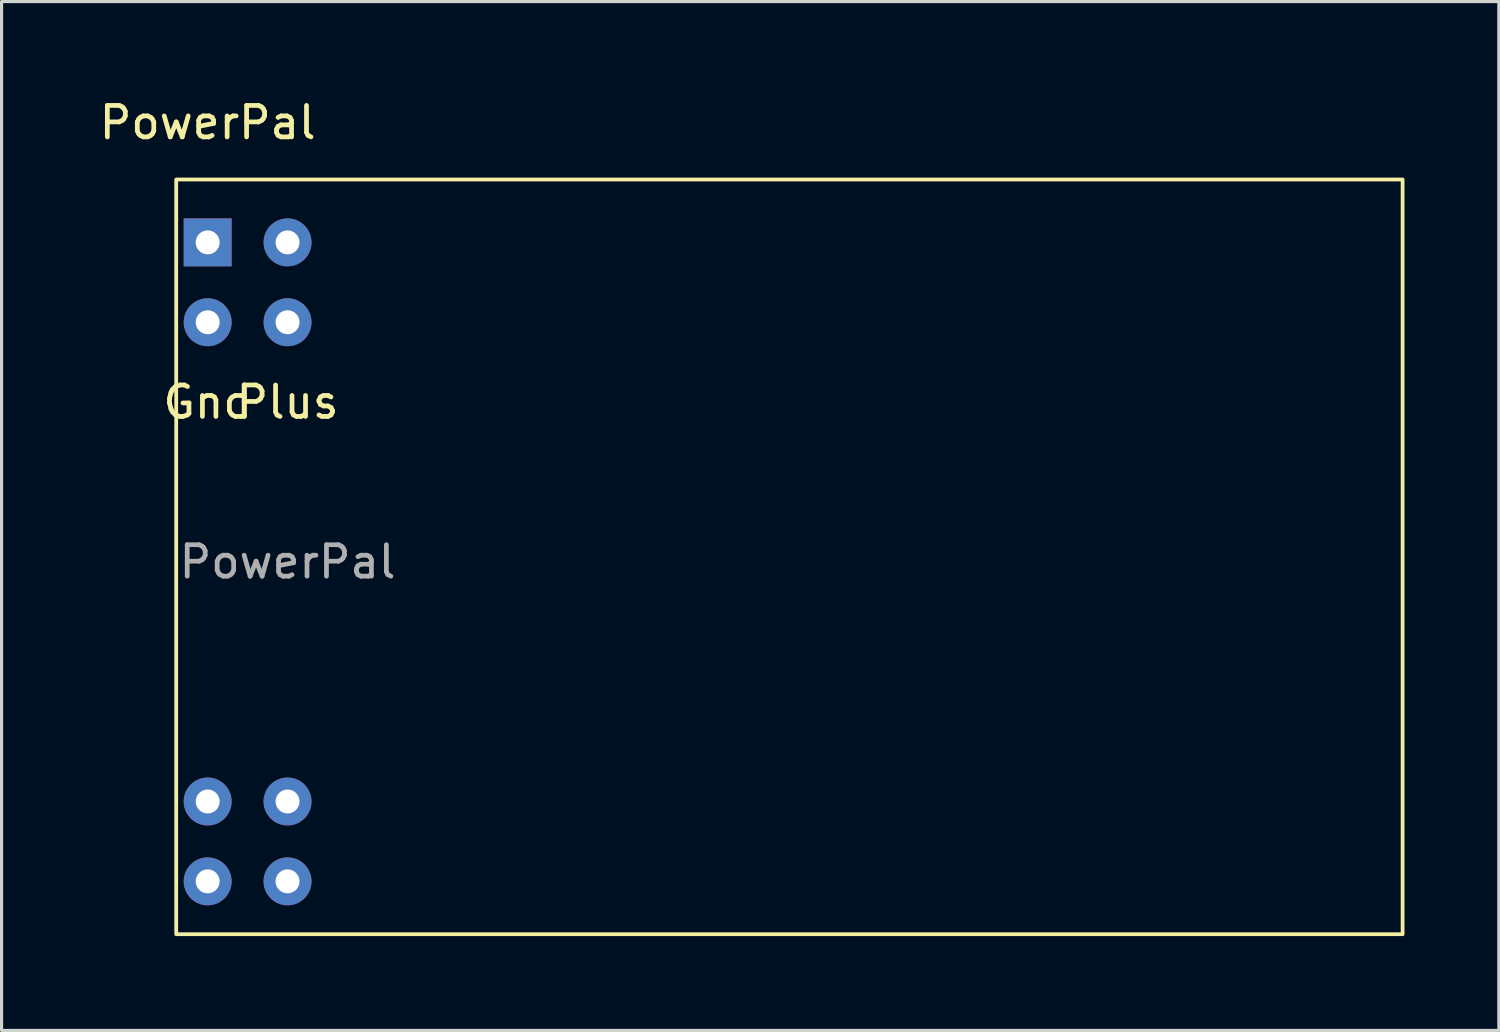
<source format=kicad_pcb>
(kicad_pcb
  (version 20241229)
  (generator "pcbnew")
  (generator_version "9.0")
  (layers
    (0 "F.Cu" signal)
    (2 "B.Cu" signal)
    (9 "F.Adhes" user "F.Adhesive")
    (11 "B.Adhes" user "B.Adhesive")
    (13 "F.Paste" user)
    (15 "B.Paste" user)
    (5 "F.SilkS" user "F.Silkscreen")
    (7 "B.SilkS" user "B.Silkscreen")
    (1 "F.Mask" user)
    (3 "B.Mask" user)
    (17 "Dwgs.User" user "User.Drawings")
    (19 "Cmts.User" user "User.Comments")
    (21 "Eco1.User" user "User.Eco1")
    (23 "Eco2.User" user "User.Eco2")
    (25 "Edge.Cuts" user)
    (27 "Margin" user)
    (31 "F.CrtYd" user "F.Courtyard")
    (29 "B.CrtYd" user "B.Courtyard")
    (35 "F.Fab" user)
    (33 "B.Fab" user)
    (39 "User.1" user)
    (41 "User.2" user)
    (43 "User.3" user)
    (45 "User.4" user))
  (footprint "PowerPal"
    (layer "F.Cu")
    (at 3.554 4.658)
    (property "Reference" "PowerPal" (at 0 -3.81 0) (unlocked yes) (layer "F.SilkS") (effects (font (size 1 1) (thickness 0.15))))
    (attr through_hole)
    (fp_rect (start -1 -2) (end 38 22) (stroke (width 0.12) (type solid)) (fill no) (layer "F.SilkS"))
    (fp_text user "Gnd" (at 0 5.08 0) (unlocked yes) (layer "F.SilkS") (effects (font (size 1 1) (thickness 0.15))))
    (fp_text user "Plus" (at 2.54 5.08 0) (unlocked yes) (layer "F.SilkS") (effects (font (size 1 1) (thickness 0.15))))
    (fp_text user "${REFERENCE}" (at 2.54 10.16 0) (unlocked yes) (layer "F.Fab") (effects (font (size 1 1) (thickness 0.15))))
    (pad "1" thru_hole rect (at 0 0) (size 1.524 1.524) (drill 0.762) (layers "*.Cu" "*.Mask"))
    (pad "2" thru_hole circle (at 0 2.54) (size 1.524 1.524) (drill 0.762) (layers "*.Cu" "*.Mask"))
    (pad "8" thru_hole circle (at 0 17.78) (size 1.524 1.524) (drill 0.762) (layers "*.Cu" "*.Mask"))
    (pad "9" thru_hole circle (at 0 20.32) (size 1.524 1.524) (drill 0.762) (layers "*.Cu" "*.Mask"))
    (pad "10" thru_hole circle (at 2.54 20.32) (size 1.524 1.524) (drill 0.762) (layers "*.Cu" "*.Mask"))
    (pad "11" thru_hole circle (at 2.54 17.78) (size 1.524 1.524) (drill 0.762) (layers "*.Cu" "*.Mask"))
    (pad "17" thru_hole circle (at 2.54 2.54) (size 1.524 1.524) (drill 0.762) (layers "*.Cu" "*.Mask"))
    (pad "18" thru_hole circle (at 2.54 0) (size 1.524 1.524) (drill 0.762) (layers "*.Cu" "*.Mask")))
  (gr_rect
    (start -3 -3)
    (end 44.614 29.718)
    (stroke (width 0.1) (type default))
    (fill no)
    (layer "Edge.Cuts")))
</source>
